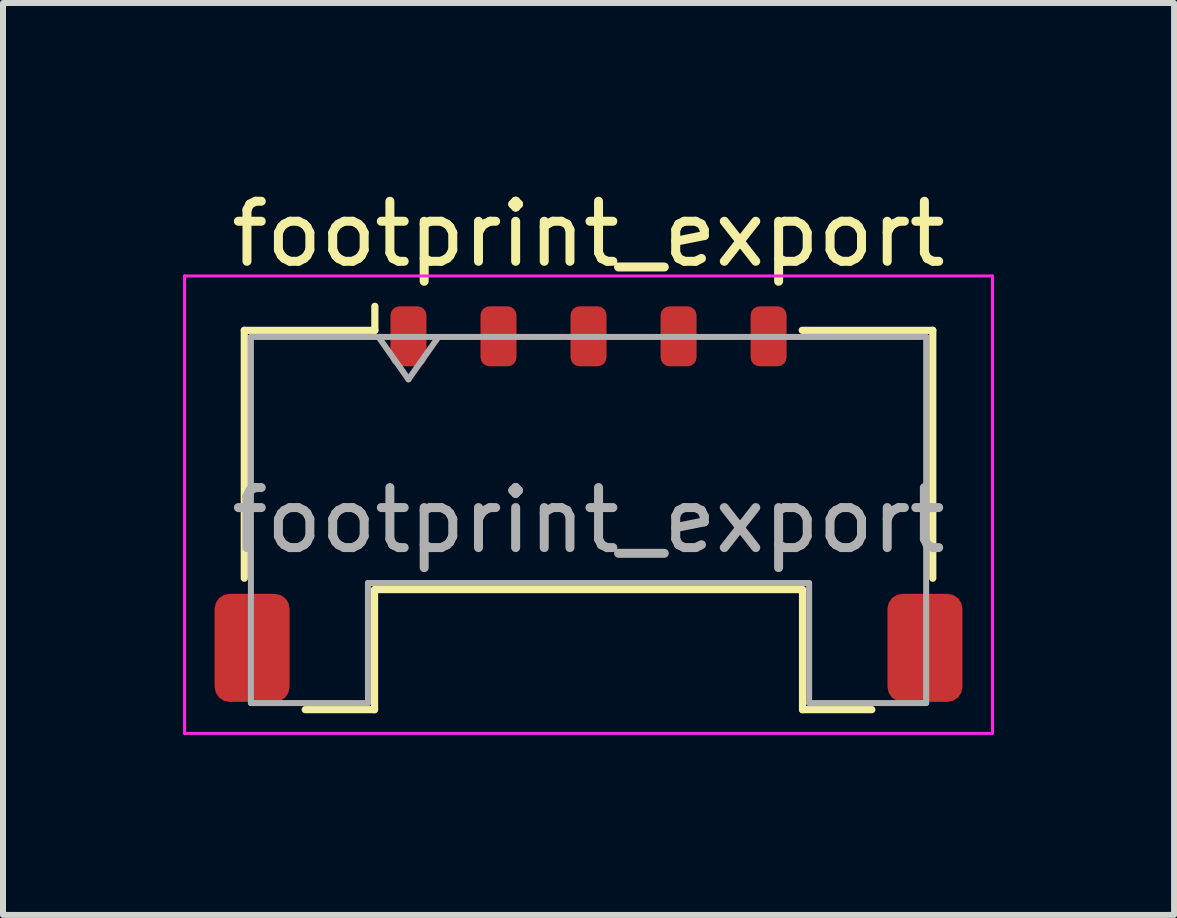
<source format=kicad_pcb>
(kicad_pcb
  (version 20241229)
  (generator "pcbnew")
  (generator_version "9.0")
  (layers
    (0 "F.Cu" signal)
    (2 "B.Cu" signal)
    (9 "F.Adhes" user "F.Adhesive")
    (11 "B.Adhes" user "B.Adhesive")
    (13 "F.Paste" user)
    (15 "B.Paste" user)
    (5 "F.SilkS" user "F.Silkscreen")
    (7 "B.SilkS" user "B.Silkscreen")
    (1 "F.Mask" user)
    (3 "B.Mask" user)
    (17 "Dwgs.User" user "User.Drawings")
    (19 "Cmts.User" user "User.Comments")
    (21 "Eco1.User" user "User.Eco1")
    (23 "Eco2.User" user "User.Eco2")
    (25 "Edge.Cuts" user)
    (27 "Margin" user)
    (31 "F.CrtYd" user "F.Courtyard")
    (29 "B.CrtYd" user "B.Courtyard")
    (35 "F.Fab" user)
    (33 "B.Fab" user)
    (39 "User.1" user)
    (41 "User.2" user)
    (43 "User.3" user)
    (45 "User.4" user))
  (footprint "footprint_export"
    (layer "F.Cu")
    (at 6.755 5.348)
    (property "Reference" "footprint_export" (at 0 -4.5 0) (layer "F.SilkS") (effects (font (size 1 1) (thickness 0.15))))
    (attr smd)
    (fp_line (start -5.735 -2.895) (end -3.56 -2.895) (stroke (width 0.12) (type solid)) (layer "F.SilkS"))
    (fp_line (start -5.735 1.235) (end -5.735 -2.895) (stroke (width 0.12) (type solid)) (layer "F.SilkS"))
    (fp_line (start -4.72 3.425) (end -3.565 3.425) (stroke (width 0.12) (type solid)) (layer "F.SilkS"))
    (fp_line (start -3.565 1.425) (end 3.565 1.425) (stroke (width 0.12) (type solid)) (layer "F.SilkS"))
    (fp_line (start -3.565 3.425) (end -3.565 1.425) (stroke (width 0.12) (type solid)) (layer "F.SilkS"))
    (fp_line (start -3.56 -2.895) (end -3.56 -3.295) (stroke (width 0.12) (type solid)) (layer "F.SilkS"))
    (fp_line (start 3.565 1.425) (end 3.565 3.425) (stroke (width 0.12) (type solid)) (layer "F.SilkS"))
    (fp_line (start 3.565 3.425) (end 4.72 3.425) (stroke (width 0.12) (type solid)) (layer "F.SilkS"))
    (fp_line (start 5.735 -2.895) (end 3.56 -2.895) (stroke (width 0.12) (type solid)) (layer "F.SilkS"))
    (fp_line (start 5.735 1.235) (end 5.735 -2.895) (stroke (width 0.12) (type solid)) (layer "F.SilkS"))
    (fp_line (start -6.73 -3.8) (end -6.73 3.82) (stroke (width 0.05) (type solid)) (layer "F.CrtYd"))
    (fp_line (start -6.73 3.82) (end 6.73 3.82) (stroke (width 0.05) (type solid)) (layer "F.CrtYd"))
    (fp_line (start 6.73 -3.8) (end -6.73 -3.8) (stroke (width 0.05) (type solid)) (layer "F.CrtYd"))
    (fp_line (start 6.73 3.82) (end 6.73 -3.8) (stroke (width 0.05) (type solid)) (layer "F.CrtYd"))
    (fp_line (start -5.625 -2.785) (end -5.625 3.315) (stroke (width 0.1) (type solid)) (layer "F.Fab"))
    (fp_line (start -5.625 -2.785) (end 5.625 -2.785) (stroke (width 0.1) (type solid)) (layer "F.Fab"))
    (fp_line (start -5.625 3.315) (end -3.675 3.315) (stroke (width 0.1) (type solid)) (layer "F.Fab"))
    (fp_line (start -3.675 1.315) (end 3.675 1.315) (stroke (width 0.1) (type solid)) (layer "F.Fab"))
    (fp_line (start -3.675 3.315) (end -3.675 1.315) (stroke (width 0.1) (type solid)) (layer "F.Fab"))
    (fp_line (start -3.5 -2.785) (end -3 -2.078) (stroke (width 0.1) (type solid)) (layer "F.Fab"))
    (fp_line (start -3 -2.078) (end -2.5 -2.785) (stroke (width 0.1) (type solid)) (layer "F.Fab"))
    (fp_line (start 3.675 1.315) (end 3.675 3.315) (stroke (width 0.1) (type solid)) (layer "F.Fab"))
    (fp_line (start 3.675 3.315) (end 5.625 3.315) (stroke (width 0.1) (type solid)) (layer "F.Fab"))
    (fp_line (start 5.625 -2.785) (end 5.625 3.315) (stroke (width 0.1) (type solid)) (layer "F.Fab"))
    (fp_text user "${REFERENCE}" (at 0 0.27 0) (layer "F.Fab") (effects (font (size 1 1) (thickness 0.15))))
    (pad "1" smd roundrect (at -3 -2.795) (size 0.6 1) (layers "F.Cu" "F.Mask" "F.Paste") (roundrect_rratio 0.25))
    (pad "2" smd roundrect (at -1.5 -2.795) (size 0.6 1) (layers "F.Cu" "F.Mask" "F.Paste") (roundrect_rratio 0.25))
    (pad "3" smd roundrect (at 0 -2.795) (size 0.6 1) (layers "F.Cu" "F.Mask" "F.Paste") (roundrect_rratio 0.25))
    (pad "4" smd roundrect (at 1.5 -2.795) (size 0.6 1) (layers "F.Cu" "F.Mask" "F.Paste") (roundrect_rratio 0.25))
    (pad "5" smd roundrect (at 3 -2.795) (size 0.6 1) (layers "F.Cu" "F.Mask" "F.Paste") (roundrect_rratio 0.25))
    (pad "MP" smd roundrect (at -5.605 2.395) (size 1.25 1.8) (layers "F.Cu" "F.Mask" "F.Paste") (roundrect_rratio 0.2))
    (pad "MP" smd roundrect (at 5.605 2.395) (size 1.25 1.8) (layers "F.Cu" "F.Mask" "F.Paste") (roundrect_rratio 0.2)))
  (gr_rect
    (start -3 -3)
    (end 16.51 12.193)
    (stroke (width 0.1) (type default))
    (fill no)
    (layer "Edge.Cuts")))
</source>
